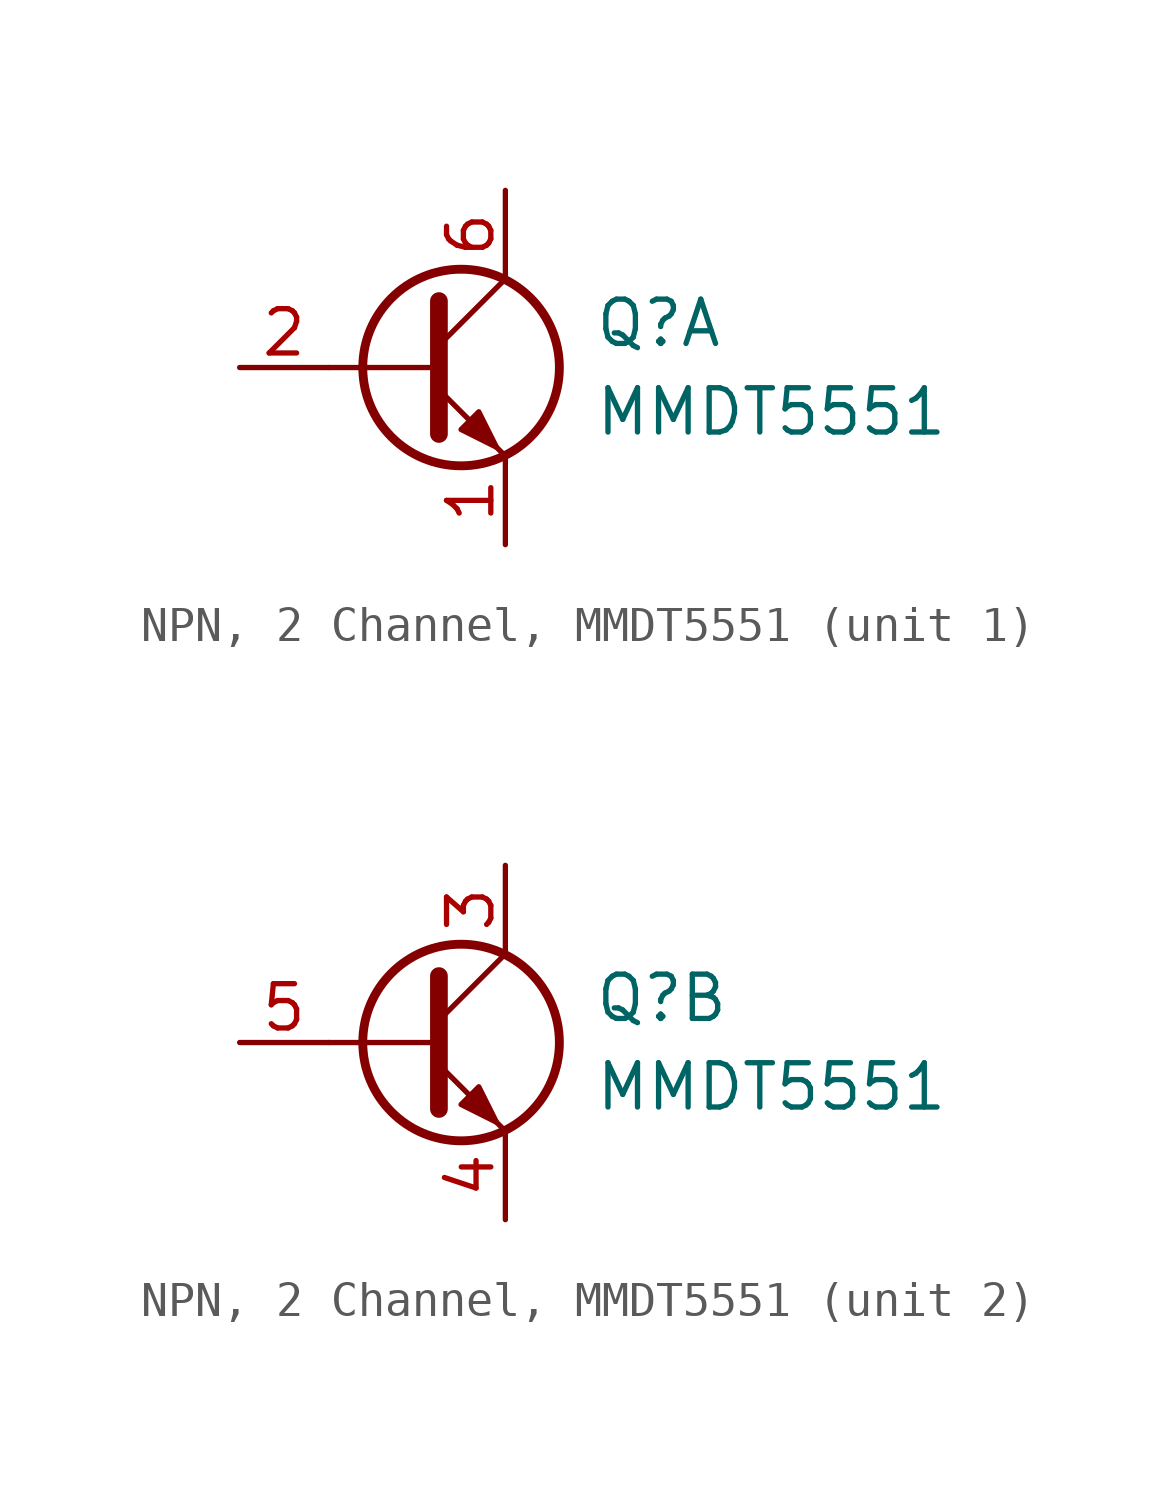
<source format=kicad_sym>
(kicad_symbol_lib
  (version 20231120)
  (generator "CDFER_Archive_Tool")
  (generator_version "0.0")
  (symbol "NPN, 2 Channel, MMDT5551"
    (pin_names
      (offset 0) hide)
    (property "Reference" "Q"
      (at 5.08 1.27 0)
      (effects (font (size 1.27 1.27)) (justify left)))
    (property "Value" "MMDT5551"
      (at 5.08 -1.27 0)
      (effects (font (size 1.27 1.27)) (justify left)))
    (property "ki_locked" ""
      (at 0 0 0)
      (effects (font (size 1.27 1.27))))
    (symbol "NPN, 2 Channel, MMDT5551_0_1"
      (polyline (pts (xy 0.635 0) (xy -2.54 0)) (stroke (width 0) (type default)) (fill (type none)))
      (polyline (pts (xy 0.635 0.635) (xy 2.54 2.54)) (stroke (width 0) (type default)) (fill (type none)))
      (polyline (pts (xy 0.635 -0.635) (xy 2.54 -2.54) (xy 2.54 -2.54)) (stroke (width 0) (type default)) (fill (type none)))
      (polyline (pts (xy 0.635 1.905) (xy 0.635 -1.905) (xy 0.635 -1.905)) (stroke (width 0.508) (type default)) (fill (type none)))
      (polyline (pts (xy 1.27 -1.778) (xy 1.778 -1.27) (xy 2.286 -2.286) (xy 1.27 -1.778) (xy 1.27 -1.778)) (stroke (width 0) (type default)) (fill (type outline)))
      (circle (center 1.27 0) (radius 2.819) (stroke (width 0.254) (type default)) (fill (type none))))
    (symbol "NPN, 2 Channel, MMDT5551_1_1"
      (pin passive line (at 2.54 -5.08 90) (length 2.54) (name "E1" (effects (font (size 1.27 1.27)))) (number "1" (effects (font (size 1.27 1.27)))))
      (pin input line (at -5.08 0 0) (length 2.54) (name "B1" (effects (font (size 1.27 1.27)))) (number "2" (effects (font (size 1.27 1.27)))))
      (pin passive line (at 2.54 5.08 270) (length 2.54) (name "C1" (effects (font (size 1.27 1.27)))) (number "6" (effects (font (size 1.27 1.27))))))
    (symbol "NPN, 2 Channel, MMDT5551_2_1"
      (pin passive line (at 2.54 5.08 270) (length 2.54) (name "C2" (effects (font (size 1.27 1.27)))) (number "3" (effects (font (size 1.27 1.27)))))
      (pin passive line (at 2.54 -5.08 90) (length 2.54) (name "E2" (effects (font (size 1.27 1.27)))) (number "4" (effects (font (size 1.27 1.27)))))
      (pin input line (at -5.08 0 0) (length 2.54) (name "B2" (effects (font (size 1.27 1.27)))) (number "5" (effects (font (size 1.27 1.27))))))))
</source>
